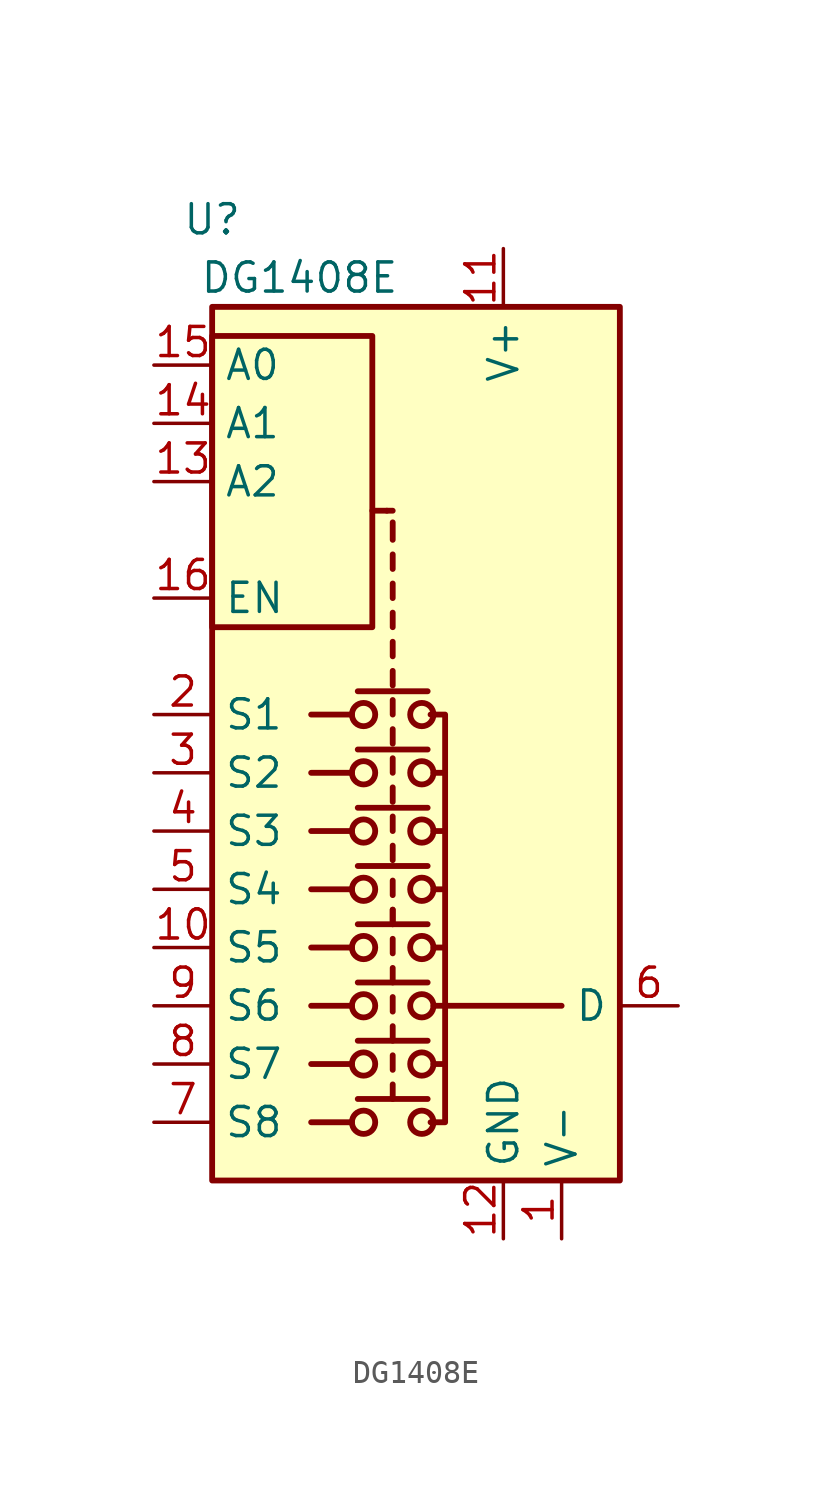
<source format=kicad_sym>
(kicad_symbol_lib
  (version 20220914)
  (generator kicad_symbol_editor)
  (symbol "DG1408E"
    (property "Reference" "U"
      (at -8.89 21.59 0)
      (effects (font (size 1.27 1.27))))
    (property "Value" "DG1408E"
      (at -5.08 19.05 0)
      (effects (font (size 1.27 1.27))))
    (symbol "DG1408E_0_1"
      (rectangle (start -8.89 3.81) (end -1.905 16.51) (stroke (width 0.254) (type default)) (fill (type none)))
      (rectangle (start -8.89 17.78) (end 8.89 -20.32) (stroke (width 0.254) (type default)) (fill (type background)))
      (circle (center -2.286 -17.78) (radius 0.508) (stroke (width 0.254) (type default)) (fill (type none)))
      (circle (center -2.286 -15.24) (radius 0.508) (stroke (width 0.254) (type default)) (fill (type none)))
      (circle (center -2.286 -12.7) (radius 0.508) (stroke (width 0.254) (type default)) (fill (type none)))
      (circle (center -2.286 -10.16) (radius 0.508) (stroke (width 0.254) (type default)) (fill (type none)))
      (circle (center -2.286 -7.62) (radius 0.508) (stroke (width 0.254) (type default)) (fill (type none)))
      (circle (center -2.286 -5.08) (radius 0.508) (stroke (width 0.254) (type default)) (fill (type none)))
      (circle (center -2.286 -2.54) (radius 0.508) (stroke (width 0.254) (type default)) (fill (type none)))
      (circle (center -2.286 0) (radius 0.508) (stroke (width 0.254) (type default)) (fill (type none)))
      (polyline (pts (xy -2.794 -17.78) (xy -4.572 -17.78)) (stroke (width 0.254) (type default)) (fill (type none)))
      (polyline (pts (xy -2.794 -15.24) (xy -4.572 -15.24)) (stroke (width 0.254) (type default)) (fill (type none)))
      (polyline (pts (xy -2.794 -12.7) (xy -4.572 -12.7)) (stroke (width 0.254) (type default)) (fill (type none)))
      (polyline (pts (xy -2.794 -10.16) (xy -4.572 -10.16)) (stroke (width 0.254) (type default)) (fill (type none)))
      (polyline (pts (xy -2.794 -7.62) (xy -4.572 -7.62)) (stroke (width 0.254) (type default)) (fill (type none)))
      (polyline (pts (xy -2.794 -5.08) (xy -4.572 -5.08)) (stroke (width 0.254) (type default)) (fill (type none)))
      (polyline (pts (xy -2.794 -2.54) (xy -4.572 -2.54)) (stroke (width 0.254) (type default)) (fill (type none)))
      (polyline (pts (xy -2.794 0) (xy -4.572 0)) (stroke (width 0.254) (type default)) (fill (type none)))
      (polyline (pts (xy -2.54 -16.764) (xy 0.508 -16.764)) (stroke (width 0.254) (type default)) (fill (type none)))
      (polyline (pts (xy -2.54 -14.224) (xy 0.508 -14.224)) (stroke (width 0.254) (type default)) (fill (type none)))
      (polyline (pts (xy -2.54 -11.684) (xy 0.508 -11.684)) (stroke (width 0.254) (type default)) (fill (type none)))
      (polyline (pts (xy -2.54 -9.144) (xy 0.508 -9.144)) (stroke (width 0.254) (type default)) (fill (type none)))
      (polyline (pts (xy -2.54 -6.604) (xy 0.508 -6.604)) (stroke (width 0.254) (type default)) (fill (type none)))
      (polyline (pts (xy -2.54 -4.064) (xy 0.508 -4.064)) (stroke (width 0.254) (type default)) (fill (type none)))
      (polyline (pts (xy -2.54 -1.524) (xy 0.508 -1.524)) (stroke (width 0.254) (type default)) (fill (type none)))
      (polyline (pts (xy -2.54 1.016) (xy 0.508 1.016)) (stroke (width 0.254) (type default)) (fill (type none)))
      (polyline (pts (xy -1.905 8.89) (xy -1.27 8.89)) (stroke (width 0.254) (type default)) (fill (type none)))
      (polyline (pts (xy -1.016 -16.764) (xy -1.016 -16.129)) (stroke (width 0.254) (type default)) (fill (type none)))
      (polyline (pts (xy -1.016 -15.494) (xy -1.016 -14.859)) (stroke (width 0.254) (type default)) (fill (type none)))
      (polyline (pts (xy -1.016 -14.224) (xy -1.016 -13.589)) (stroke (width 0.254) (type default)) (fill (type none)))
      (polyline (pts (xy -1.016 -12.954) (xy -1.016 -12.319)) (stroke (width 0.254) (type default)) (fill (type none)))
      (polyline (pts (xy -1.016 -11.684) (xy -1.016 -11.049)) (stroke (width 0.254) (type default)) (fill (type none)))
      (polyline (pts (xy -1.016 -10.414) (xy -1.016 -9.779)) (stroke (width 0.254) (type default)) (fill (type none)))
      (polyline (pts (xy -1.016 -9.144) (xy -1.016 -8.509)) (stroke (width 0.254) (type default)) (fill (type none)))
      (polyline (pts (xy -1.016 -9.144) (xy -1.016 -8.509)) (stroke (width 0.254) (type default)) (fill (type none)))
      (polyline (pts (xy -1.016 -7.874) (xy -1.016 -7.239)) (stroke (width 0.254) (type default)) (fill (type none)))
      (polyline (pts (xy -1.016 -6.35) (xy -1.016 -5.715)) (stroke (width 0.254) (type default)) (fill (type none)))
      (polyline (pts (xy -1.016 -5.08) (xy -1.016 -4.445)) (stroke (width 0.254) (type default)) (fill (type none)))
      (polyline (pts (xy -1.016 -3.81) (xy -1.016 -3.175)) (stroke (width 0.254) (type default)) (fill (type none)))
      (polyline (pts (xy -1.016 -2.54) (xy -1.016 -1.905)) (stroke (width 0.254) (type default)) (fill (type none)))
      (polyline (pts (xy -1.016 -1.27) (xy -1.016 -0.635)) (stroke (width 0.254) (type default)) (fill (type none)))
      (polyline (pts (xy -1.016 0) (xy -1.016 0.635)) (stroke (width 0.254) (type default)) (fill (type none)))
      (polyline (pts (xy -1.016 1.27) (xy -1.016 1.905)) (stroke (width 0.254) (type default)) (fill (type none)))
      (polyline (pts (xy -1.016 2.54) (xy -1.016 3.175)) (stroke (width 0.254) (type default)) (fill (type none)))
      (polyline (pts (xy -1.016 3.81) (xy -1.016 4.445)) (stroke (width 0.254) (type default)) (fill (type none)))
      (polyline (pts (xy -1.016 5.08) (xy -1.016 5.715)) (stroke (width 0.254) (type default)) (fill (type none)))
      (polyline (pts (xy -1.016 6.35) (xy -1.016 6.985)) (stroke (width 0.254) (type default)) (fill (type none)))
      (polyline (pts (xy -1.016 7.62) (xy -1.016 8.382)) (stroke (width 0.254) (type default)) (fill (type none)))
      (polyline (pts (xy -1.016 8.89) (xy -1.27 8.89)) (stroke (width 0.254) (type default)) (fill (type none)))
      (polyline (pts (xy 0.762 -15.24) (xy 1.27 -15.24)) (stroke (width 0.254) (type default)) (fill (type none)))
      (polyline (pts (xy 0.762 -12.7) (xy 1.27 -12.7)) (stroke (width 0.254) (type default)) (fill (type none)))
      (polyline (pts (xy 0.762 -10.16) (xy 1.27 -10.16)) (stroke (width 0.254) (type default)) (fill (type none)))
      (polyline (pts (xy 0.762 -7.62) (xy 1.27 -7.62)) (stroke (width 0.254) (type default)) (fill (type none)))
      (polyline (pts (xy 0.762 -5.08) (xy 1.27 -5.08)) (stroke (width 0.254) (type default)) (fill (type none)))
      (polyline (pts (xy 0.762 -2.54) (xy 1.27 -2.54)) (stroke (width 0.254) (type default)) (fill (type none)))
      (polyline (pts (xy 1.27 -12.7) (xy 6.35 -12.7)) (stroke (width 0.254) (type default)) (fill (type none)))
      (polyline (pts (xy 0.635 0) (xy 1.27 0) (xy 1.27 -17.78) (xy 0.635 -17.78)) (stroke (width 0.254) (type default)) (fill (type none)))
      (circle (center 0.254 -17.78) (radius 0.508) (stroke (width 0.254) (type default)) (fill (type none)))
      (circle (center 0.254 -15.24) (radius 0.508) (stroke (width 0.254) (type default)) (fill (type none)))
      (circle (center 0.254 -12.7) (radius 0.508) (stroke (width 0.254) (type default)) (fill (type none)))
      (circle (center 0.254 -10.16) (radius 0.508) (stroke (width 0.254) (type default)) (fill (type none)))
      (circle (center 0.254 -7.62) (radius 0.508) (stroke (width 0.254) (type default)) (fill (type none)))
      (circle (center 0.254 -5.08) (radius 0.508) (stroke (width 0.254) (type default)) (fill (type none)))
      (circle (center 0.254 -2.54) (radius 0.508) (stroke (width 0.254) (type default)) (fill (type none)))
      (circle (center 0.254 0) (radius 0.508) (stroke (width 0.254) (type default)) (fill (type none))))
    (symbol "DG1408E_1_0"
      (pin power_in line (at 3.81 -22.86 90) (length 2.54) (name "GND" (effects (font (size 1.27 1.27)))) (number "12" (effects (font (size 1.27 1.27))))))
    (symbol "DG1408E_1_1"
      (pin power_in line (at 6.35 -22.86 90) (length 2.54) (name "V-" (effects (font (size 1.27 1.27)))) (number "1" (effects (font (size 1.27 1.27)))))
      (pin bidirectional line (at -11.43 -10.16 0) (length 2.54) (name "S5" (effects (font (size 1.27 1.27)))) (number "10" (effects (font (size 1.27 1.27)))))
      (pin power_in line (at 3.81 20.32 270) (length 2.54) (name "V+" (effects (font (size 1.27 1.27)))) (number "11" (effects (font (size 1.27 1.27)))))
      (pin input line (at -11.43 10.16 0) (length 2.54) (name "A2" (effects (font (size 1.27 1.27)))) (number "13" (effects (font (size 1.27 1.27)))))
      (pin input line (at -11.43 12.7 0) (length 2.54) (name "A1" (effects (font (size 1.27 1.27)))) (number "14" (effects (font (size 1.27 1.27)))))
      (pin input line (at -11.43 15.24 0) (length 2.54) (name "A0" (effects (font (size 1.27 1.27)))) (number "15" (effects (font (size 1.27 1.27)))))
      (pin input line (at -11.43 5.08 0) (length 2.54) (name "EN" (effects (font (size 1.27 1.27)))) (number "16" (effects (font (size 1.27 1.27)))))
      (pin no_connect line (at 5.08 -22.86 90) (length 2.54) hide (name "EPAD" (effects (font (size 1.27 1.27)))) (number "17" (effects (font (size 1.27 1.27)))))
      (pin bidirectional line (at -11.43 0 0) (length 2.54) (name "S1" (effects (font (size 1.27 1.27)))) (number "2" (effects (font (size 1.27 1.27)))))
      (pin bidirectional line (at -11.43 -2.54 0) (length 2.54) (name "S2" (effects (font (size 1.27 1.27)))) (number "3" (effects (font (size 1.27 1.27)))))
      (pin bidirectional line (at -11.43 -5.08 0) (length 2.54) (name "S3" (effects (font (size 1.27 1.27)))) (number "4" (effects (font (size 1.27 1.27)))))
      (pin bidirectional line (at -11.43 -7.62 0) (length 2.54) (name "S4" (effects (font (size 1.27 1.27)))) (number "5" (effects (font (size 1.27 1.27)))))
      (pin bidirectional line (at 11.43 -12.7 180) (length 2.54) (name "D" (effects (font (size 1.27 1.27)))) (number "6" (effects (font (size 1.27 1.27)))))
      (pin bidirectional line (at -11.43 -17.78 0) (length 2.54) (name "S8" (effects (font (size 1.27 1.27)))) (number "7" (effects (font (size 1.27 1.27)))))
      (pin bidirectional line (at -11.43 -15.24 0) (length 2.54) (name "S7" (effects (font (size 1.27 1.27)))) (number "8" (effects (font (size 1.27 1.27)))))
      (pin bidirectional line (at -11.43 -12.7 0) (length 2.54) (name "S6" (effects (font (size 1.27 1.27)))) (number "9" (effects (font (size 1.27 1.27))))))))
</source>
